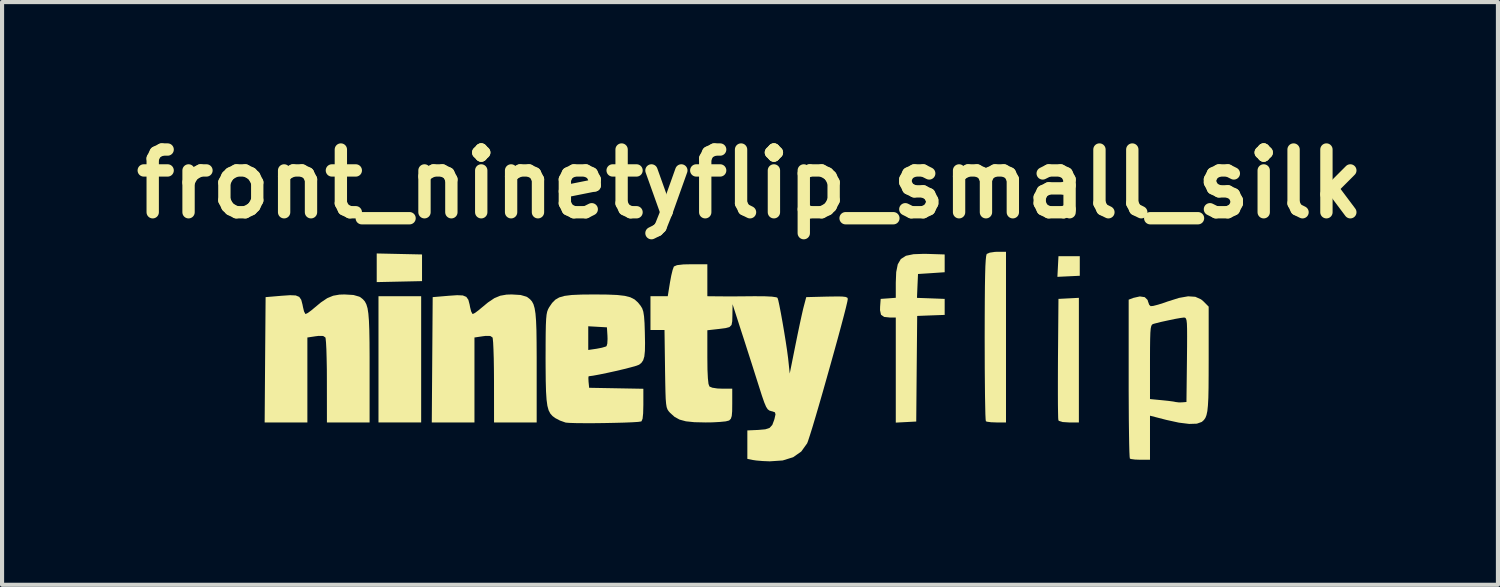
<source format=kicad_pcb>
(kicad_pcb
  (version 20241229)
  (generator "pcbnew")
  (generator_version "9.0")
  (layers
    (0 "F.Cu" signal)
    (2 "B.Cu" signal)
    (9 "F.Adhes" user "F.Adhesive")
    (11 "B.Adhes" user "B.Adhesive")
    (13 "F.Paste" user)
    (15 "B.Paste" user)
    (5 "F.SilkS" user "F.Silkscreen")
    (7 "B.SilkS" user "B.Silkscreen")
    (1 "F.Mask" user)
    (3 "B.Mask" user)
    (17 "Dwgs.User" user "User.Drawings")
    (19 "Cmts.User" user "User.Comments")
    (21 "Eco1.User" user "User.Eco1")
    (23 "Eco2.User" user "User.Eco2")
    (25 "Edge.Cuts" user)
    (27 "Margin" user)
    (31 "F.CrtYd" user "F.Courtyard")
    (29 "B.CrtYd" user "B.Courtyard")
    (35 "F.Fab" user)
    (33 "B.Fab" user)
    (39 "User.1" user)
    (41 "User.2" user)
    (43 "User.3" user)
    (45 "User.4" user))
  (footprint "front_ninetyflip_small_silk"
    (layer "F.Cu")
    (at 15.175 5.228)
    (property "Reference" "front_ninetyflip_small_silk" (at 0 -3.81 0) (layer "F.SilkS") (effects (font (size 1.524 1.524) (thickness 0.3))))
    (attr through_hole)
    (fp_poly (pts (xy -7.991 1.987) (xy -9.028 1.987) (xy -9.028 -1.08) (xy -7.991 -1.08)) (stroke (width 0) (type solid)) (fill yes) (layer "F.SilkS"))
    (fp_poly (pts (xy -7.97 -2.095) (xy -7.97 -1.447) (xy -9.071 -1.423) (xy -9.071 -2.119)) (stroke (width 0) (type solid)) (fill yes) (layer "F.SilkS"))
    (fp_poly (pts (xy 8.013 -1.577) (xy 7.469 -1.551) (xy 7.495 -2.052) (xy 8.013 -2.052)) (stroke (width 0) (type solid)) (fill yes) (layer "F.SilkS"))
    (fp_poly (pts (xy 7.991 1.987) (xy 7.753 1.987) (xy 7.594 1.977) (xy 7.506 1.949) (xy 7.493 1.933) (xy 7.488 1.878) (xy 7.485 1.747) (xy 7.482 1.551) (xy 7.481 1.3) (xy 7.481 1.005) (xy 7.482 0.675) (xy 7.483 0.432) (xy 7.495 -1.015) (xy 7.743 -1.028) (xy 7.991 -1.041)) (stroke (width 0) (type solid)) (fill yes) (layer "F.SilkS"))
    (fp_poly (pts (xy 6.22 1.987) (xy 5.99 1.987) (xy 5.856 1.982) (xy 5.759 1.969) (xy 5.731 1.958) (xy 5.725 1.91) (xy 5.719 1.785) (xy 5.715 1.59) (xy 5.71 1.336) (xy 5.707 1.029) (xy 5.704 0.679) (xy 5.703 0.296) (xy 5.702 -0.063) (xy 5.703 -0.564) (xy 5.705 -0.984) (xy 5.708 -1.328) (xy 5.713 -1.602) (xy 5.719 -1.811) (xy 5.728 -1.961) (xy 5.738 -2.056) (xy 5.75 -2.103) (xy 5.754 -2.108) (xy 5.826 -2.139) (xy 5.948 -2.157) (xy 6.013 -2.16) (xy 6.22 -2.16)) (stroke (width 0) (type solid)) (fill yes) (layer "F.SilkS"))
    (fp_poly (pts (xy 4.322 -2.108) (xy 4.73 -2.095) (xy 4.73 -1.663) (xy 4.406 -1.641) (xy 4.082 -1.62) (xy 4.069 -1.33) (xy 4.057 -1.04) (xy 4.393 -1.028) (xy 4.73 -1.015) (xy 4.73 -0.626) (xy 4.396 -0.614) (xy 4.062 -0.601) (xy 4.05 0.682) (xy 4.039 1.965) (xy 3.791 1.978) (xy 3.542 1.991) (xy 3.542 -0.562) (xy 3.402 -0.562) (xy 3.259 -0.577) (xy 3.183 -0.63) (xy 3.159 -0.74) (xy 3.161 -0.825) (xy 3.175 -1.015) (xy 3.359 -1.028) (xy 3.542 -1.042) (xy 3.542 -1.409) (xy 3.552 -1.666) (xy 3.59 -1.855) (xy 3.665 -1.984) (xy 3.789 -2.063) (xy 3.973 -2.101) (xy 4.228 -2.11)) (stroke (width 0) (type solid)) (fill yes) (layer "F.SilkS"))
    (fp_poly (pts (xy -9.636 -1.11) (xy -9.493 -1.069) (xy -9.465 -1.053) (xy -9.407 -1.007) (xy -9.36 -0.954) (xy -9.323 -0.884) (xy -9.294 -0.788) (xy -9.274 -0.657) (xy -9.26 -0.482) (xy -9.251 -0.254) (xy -9.246 0.038) (xy -9.244 0.401) (xy -9.244 0.647) (xy -9.244 1.987) (xy -10.281 1.987) (xy -10.282 0.983) (xy -10.283 0.694) (xy -10.288 0.433) (xy -10.294 0.213) (xy -10.303 0.045) (xy -10.313 -0.056) (xy -10.319 -0.079) (xy -10.373 -0.114) (xy -10.481 -0.116) (xy -10.556 -0.107) (xy -10.756 -0.077) (xy -10.756 1.987) (xy -11.794 1.987) (xy -11.783 0.464) (xy -11.771 -1.058) (xy -11.382 -1.091) (xy -11.176 -1.105) (xy -11.039 -1.099) (xy -10.954 -1.064) (xy -10.905 -0.993) (xy -10.874 -0.875) (xy -10.863 -0.817) (xy -10.837 -0.71) (xy -10.806 -0.652) (xy -10.797 -0.648) (xy -10.744 -0.674) (xy -10.655 -0.74) (xy -10.617 -0.772) (xy -10.428 -0.929) (xy -10.273 -1.033) (xy -10.13 -1.092) (xy -9.978 -1.119) (xy -9.853 -1.123)) (stroke (width 0) (type solid)) (fill yes) (layer "F.SilkS"))
    (fp_poly (pts (xy -5.575 -1.11) (xy -5.433 -1.069) (xy -5.405 -1.053) (xy -5.346 -1.007) (xy -5.299 -0.954) (xy -5.262 -0.884) (xy -5.234 -0.788) (xy -5.213 -0.657) (xy -5.199 -0.482) (xy -5.19 -0.254) (xy -5.186 0.038) (xy -5.184 0.401) (xy -5.184 0.647) (xy -5.184 1.987) (xy -6.22 1.987) (xy -6.221 0.983) (xy -6.223 0.694) (xy -6.227 0.433) (xy -6.234 0.213) (xy -6.242 0.045) (xy -6.252 -0.056) (xy -6.258 -0.079) (xy -6.312 -0.114) (xy -6.421 -0.116) (xy -6.495 -0.107) (xy -6.696 -0.077) (xy -6.696 1.987) (xy -7.733 1.987) (xy -7.722 0.464) (xy -7.711 -1.058) (xy -7.322 -1.091) (xy -7.116 -1.105) (xy -6.979 -1.099) (xy -6.894 -1.064) (xy -6.844 -0.993) (xy -6.813 -0.875) (xy -6.803 -0.817) (xy -6.776 -0.71) (xy -6.745 -0.652) (xy -6.736 -0.648) (xy -6.683 -0.674) (xy -6.595 -0.74) (xy -6.557 -0.772) (xy -6.367 -0.929) (xy -6.212 -1.033) (xy -6.07 -1.092) (xy -5.917 -1.119) (xy -5.792 -1.123)) (stroke (width 0) (type solid)) (fill yes) (layer "F.SilkS"))
    (fp_poly (pts (xy 10.821 -1.066) (xy 10.959 -1.004) (xy 11.019 -0.954) (xy 11.145 -0.827) (xy 11.145 0.453) (xy 11.144 0.839) (xy 11.142 1.147) (xy 11.137 1.389) (xy 11.127 1.573) (xy 11.113 1.71) (xy 11.092 1.808) (xy 11.065 1.877) (xy 11.029 1.928) (xy 10.984 1.969) (xy 10.976 1.975) (xy 10.858 2.017) (xy 10.671 2.023) (xy 10.421 1.992) (xy 10.119 1.926) (xy 9.719 1.823) (xy 9.719 2.894) (xy 9.489 2.894) (xy 9.355 2.889) (xy 9.258 2.876) (xy 9.23 2.865) (xy 9.224 2.818) (xy 9.218 2.692) (xy 9.213 2.498) (xy 9.209 2.244) (xy 9.205 1.939) (xy 9.203 1.592) (xy 9.201 1.212) (xy 9.201 0.92) (xy 9.201 0.518) (xy 9.719 0.518) (xy 9.719 1.419) (xy 10.011 1.447) (xy 10.165 1.463) (xy 10.286 1.479) (xy 10.346 1.491) (xy 10.419 1.5) (xy 10.497 1.499) (xy 10.605 1.49) (xy 10.617 0.464) (xy 10.62 0.141) (xy 10.621 -0.106) (xy 10.62 -0.287) (xy 10.616 -0.413) (xy 10.607 -0.493) (xy 10.593 -0.537) (xy 10.574 -0.557) (xy 10.549 -0.562) (xy 10.544 -0.562) (xy 10.464 -0.552) (xy 10.327 -0.528) (xy 10.16 -0.493) (xy 9.99 -0.456) (xy 9.844 -0.419) (xy 9.795 -0.405) (xy 9.77 -0.391) (xy 9.751 -0.359) (xy 9.737 -0.297) (xy 9.728 -0.195) (xy 9.723 -0.042) (xy 9.72 0.174) (xy 9.719 0.464) (xy 9.719 0.518) (xy 9.201 0.518) (xy 9.201 -0.996) (xy 9.317 -1.04) (xy 9.472 -1.075) (xy 9.592 -1.057) (xy 9.661 -0.989) (xy 9.669 -0.958) (xy 9.7 -0.872) (xy 9.734 -0.839) (xy 9.796 -0.844) (xy 9.916 -0.875) (xy 10.073 -0.925) (xy 10.142 -0.95) (xy 10.424 -1.039) (xy 10.646 -1.078)) (stroke (width 0) (type solid)) (fill yes) (layer "F.SilkS"))
    (fp_poly (pts (xy -3.466 -1.12) (xy -3.226 -1.11) (xy -3.044 -1.089) (xy -2.91 -1.055) (xy -2.807 -1.003) (xy -2.725 -0.93) (xy -2.66 -0.85) (xy -2.62 -0.785) (xy -2.593 -0.704) (xy -2.575 -0.59) (xy -2.563 -0.424) (xy -2.556 -0.209) (xy -2.551 0.056) (xy -2.554 0.249) (xy -2.568 0.384) (xy -2.596 0.476) (xy -2.639 0.539) (xy -2.695 0.584) (xy -2.762 0.61) (xy -2.893 0.647) (xy -3.069 0.692) (xy -3.269 0.739) (xy -3.474 0.784) (xy -3.663 0.823) (xy -3.816 0.851) (xy -3.913 0.864) (xy -3.921 0.864) (xy -3.928 0.902) (xy -3.924 0.993) (xy -3.923 1.004) (xy -3.909 1.145) (xy -3.251 1.157) (xy -2.592 1.169) (xy -2.592 1.558) (xy -2.597 1.767) (xy -2.611 1.898) (xy -2.637 1.958) (xy -2.646 1.963) (xy -2.72 1.974) (xy -2.864 1.983) (xy -3.061 1.991) (xy -3.292 1.997) (xy -3.543 2.002) (xy -3.794 2.005) (xy -4.03 2.005) (xy -4.234 2.003) (xy -4.388 1.998) (xy -4.476 1.991) (xy -4.481 1.99) (xy -4.619 1.941) (xy -4.733 1.881) (xy -4.8 1.831) (xy -4.853 1.771) (xy -4.894 1.692) (xy -4.924 1.582) (xy -4.944 1.433) (xy -4.957 1.234) (xy -4.964 0.974) (xy -4.967 0.644) (xy -4.968 0.423) (xy -4.967 0.226) (xy -3.931 0.226) (xy -3.726 0.196) (xy -3.598 0.171) (xy -3.507 0.144) (xy -3.486 0.132) (xy -3.468 0.072) (xy -3.462 -0.041) (xy -3.464 -0.113) (xy -3.477 -0.324) (xy -3.704 -0.337) (xy -3.931 -0.35) (xy -3.931 0.226) (xy -4.967 0.226) (xy -4.967 0.084) (xy -4.965 -0.178) (xy -4.961 -0.378) (xy -4.954 -0.524) (xy -4.944 -0.629) (xy -4.929 -0.704) (xy -4.908 -0.761) (xy -4.882 -0.81) (xy -4.882 -0.81) (xy -4.81 -0.916) (xy -4.732 -0.995) (xy -4.636 -1.051) (xy -4.507 -1.088) (xy -4.332 -1.11) (xy -4.098 -1.12) (xy -3.791 -1.123) (xy -3.78 -1.123)) (stroke (width 0) (type solid)) (fill yes) (layer "F.SilkS"))
    (fp_poly (pts (xy -1.037 -1.08) (xy -0.745 -1.077) (xy -0.583 -1.076) (xy -0.365 -1.076) (xy -0.12 -1.078) (xy 0.093 -1.08) (xy 0.347 -1.079) (xy 0.532 -1.07) (xy 0.641 -1.054) (xy 0.668 -1.04) (xy 0.687 -0.979) (xy 0.715 -0.849) (xy 0.75 -0.668) (xy 0.789 -0.452) (xy 0.829 -0.218) (xy 0.867 0.016) (xy 0.9 0.235) (xy 0.925 0.422) (xy 0.934 0.506) (xy 0.965 0.799) (xy 1.108 0.086) (xy 1.16 -0.17) (xy 1.211 -0.413) (xy 1.257 -0.623) (xy 1.293 -0.781) (xy 1.309 -0.842) (xy 1.366 -1.058) (xy 1.871 -1.071) (xy 2.089 -1.074) (xy 2.234 -1.073) (xy 2.321 -1.063) (xy 2.364 -1.045) (xy 2.376 -1.017) (xy 2.376 -1.013) (xy 2.364 -0.946) (xy 2.331 -0.806) (xy 2.28 -0.606) (xy 2.214 -0.357) (xy 2.136 -0.068) (xy 2.049 0.247) (xy 1.956 0.58) (xy 1.861 0.917) (xy 1.767 1.249) (xy 1.676 1.564) (xy 1.592 1.851) (xy 1.518 2.099) (xy 1.456 2.297) (xy 1.411 2.434) (xy 1.388 2.495) (xy 1.245 2.694) (xy 1.048 2.832) (xy 0.794 2.911) (xy 0.48 2.932) (xy 0.309 2.925) (xy 0.154 2.912) (xy 0.065 2.899) (xy -0.065 2.872) (xy -0.065 2.181) (xy 0.202 2.169) (xy 0.371 2.154) (xy 0.476 2.119) (xy 0.541 2.048) (xy 0.587 1.926) (xy 0.596 1.894) (xy 0.619 1.791) (xy 0.605 1.741) (xy 0.542 1.718) (xy 0.519 1.713) (xy 0.47 1.698) (xy 0.429 1.666) (xy 0.39 1.605) (xy 0.346 1.501) (xy 0.29 1.34) (xy 0.218 1.114) (xy 0.138 0.863) (xy 0.042 0.56) (xy -0.061 0.24) (xy -0.159 -0.066) (xy -0.194 -0.173) (xy -0.424 -0.886) (xy -0.428 -0.614) (xy -0.432 -0.471) (xy -0.449 -0.382) (xy -0.498 -0.332) (xy -0.596 -0.305) (xy -0.759 -0.284) (xy -0.788 -0.281) (xy -1.037 -0.253) (xy -1.037 0.405) (xy -1.034 0.7) (xy -1.024 0.913) (xy -1.009 1.05) (xy -0.986 1.113) (xy -0.985 1.114) (xy -0.916 1.143) (xy -0.791 1.162) (xy -0.683 1.166) (xy -0.432 1.166) (xy -0.432 1.532) (xy -0.434 1.715) (xy -0.444 1.83) (xy -0.466 1.897) (xy -0.502 1.935) (xy -0.516 1.942) (xy -0.591 1.961) (xy -0.732 1.975) (xy -0.916 1.985) (xy -1.078 1.987) (xy -1.352 1.981) (xy -1.557 1.96) (xy -1.712 1.918) (xy -1.833 1.852) (xy -1.94 1.756) (xy -1.944 1.752) (xy -1.979 1.712) (xy -2.006 1.67) (xy -2.026 1.614) (xy -2.039 1.532) (xy -2.049 1.413) (xy -2.055 1.244) (xy -2.06 1.014) (xy -2.065 0.71) (xy -2.065 0.688) (xy -2.078 -0.259) (xy -2.419 -0.259) (xy -2.419 -1.08) (xy -1.999 -1.08) (xy -1.945 -1.415) (xy -1.914 -1.581) (xy -1.881 -1.717) (xy -1.852 -1.797) (xy -1.848 -1.803) (xy -1.774 -1.835) (xy -1.617 -1.853) (xy -1.42 -1.857) (xy -1.037 -1.857)) (stroke (width 0) (type solid)) (fill yes) (layer "F.SilkS")))
  (gr_rect
    (start -3 -3)
    (end 33.349 11.16)
    (stroke (width 0.1) (type default))
    (fill no)
    (layer "Edge.Cuts")))
</source>
